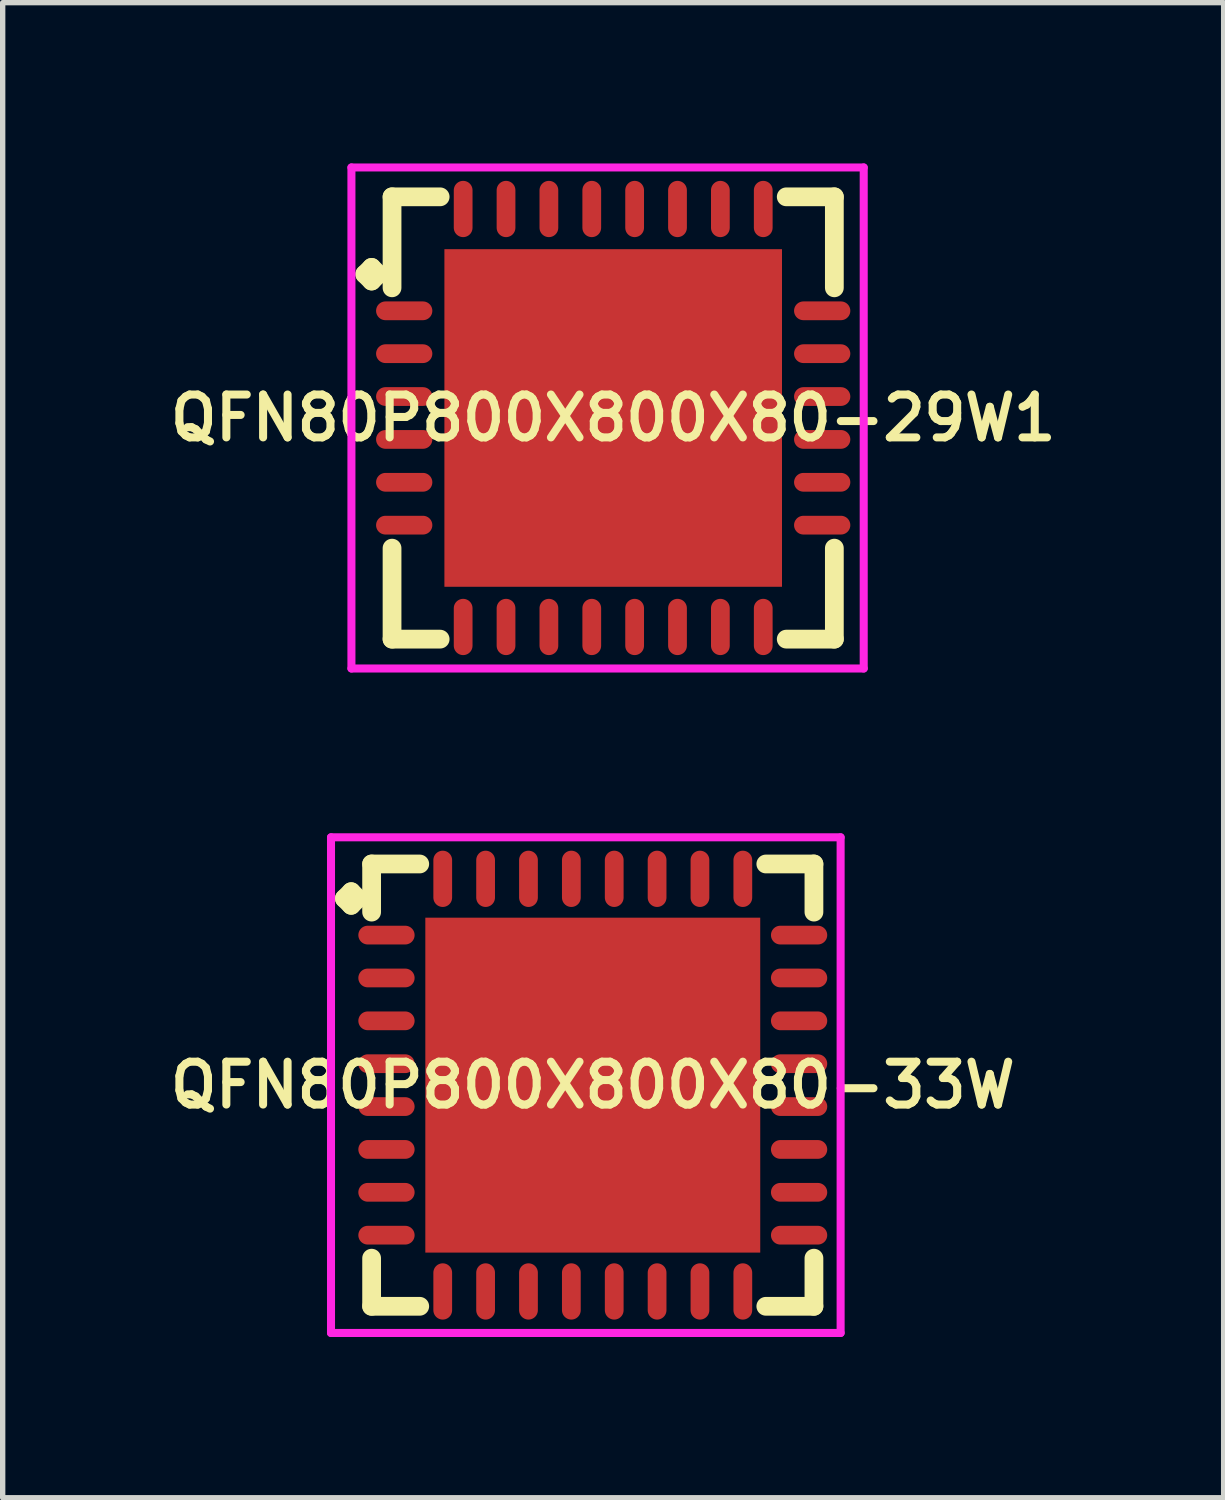
<source format=kicad_pcb>
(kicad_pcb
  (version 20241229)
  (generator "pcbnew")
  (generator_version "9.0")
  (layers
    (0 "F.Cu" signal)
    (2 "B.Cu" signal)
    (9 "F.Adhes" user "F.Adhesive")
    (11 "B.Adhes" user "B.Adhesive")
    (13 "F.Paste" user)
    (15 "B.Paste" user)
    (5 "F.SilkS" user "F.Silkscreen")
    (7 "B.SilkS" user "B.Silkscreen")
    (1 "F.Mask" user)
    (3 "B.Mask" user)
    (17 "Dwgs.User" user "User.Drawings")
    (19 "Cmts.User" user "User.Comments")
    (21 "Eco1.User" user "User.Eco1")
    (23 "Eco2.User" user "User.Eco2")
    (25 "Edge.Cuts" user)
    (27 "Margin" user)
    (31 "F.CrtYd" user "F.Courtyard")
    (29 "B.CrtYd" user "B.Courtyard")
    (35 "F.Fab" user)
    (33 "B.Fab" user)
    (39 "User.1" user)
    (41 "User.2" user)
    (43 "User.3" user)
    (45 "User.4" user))
  (footprint "QFN80P800X800X80-29W1"
    (layer "F.Cu")
    (at 8.393 4.75)
    (property "Reference" "QFN80P800X800X80-29W1" (at 0 0 0) (layer "F.SilkS") (effects (font (size 0.8 0.8) (thickness 0.15))))
    (attr smd)
    (fp_line (start -4.635 -2.683) (end -4.508 -2.81) (stroke (width 0.35) (type solid)) (layer "F.SilkS"))
    (fp_line (start -4.508 -2.81) (end -4.381 -2.683) (stroke (width 0.35) (type solid)) (layer "F.SilkS"))
    (fp_line (start -4.508 -2.556) (end -4.635 -2.683) (stroke (width 0.35) (type solid)) (layer "F.SilkS"))
    (fp_line (start -4.381 -2.683) (end -4.508 -2.556) (stroke (width 0.35) (type solid)) (layer "F.SilkS"))
    (fp_line (start -4.127 -4.127) (end -3.229 -4.127) (stroke (width 0.35) (type solid)) (layer "F.SilkS"))
    (fp_line (start -4.127 -2.429) (end -4.127 -4.127) (stroke (width 0.35) (type solid)) (layer "F.SilkS"))
    (fp_line (start -4.127 2.429) (end -4.127 4.127) (stroke (width 0.35) (type solid)) (layer "F.SilkS"))
    (fp_line (start -4.127 4.127) (end -3.229 4.127) (stroke (width 0.35) (type solid)) (layer "F.SilkS"))
    (fp_line (start 3.229 -4.127) (end 4.127 -4.127) (stroke (width 0.35) (type solid)) (layer "F.SilkS"))
    (fp_line (start 3.229 4.127) (end 4.127 4.127) (stroke (width 0.35) (type solid)) (layer "F.SilkS"))
    (fp_line (start 4.127 -4.127) (end 4.127 -2.429) (stroke (width 0.35) (type solid)) (layer "F.SilkS"))
    (fp_line (start 4.127 4.127) (end 4.127 2.429) (stroke (width 0.35) (type solid)) (layer "F.SilkS"))
    (fp_line (start -4.885 -4.675) (end 4.675 -4.675) (stroke (width 0.15) (type solid)) (layer "F.CrtYd"))
    (fp_line (start -4.885 4.675) (end -4.885 -4.675) (stroke (width 0.15) (type solid)) (layer "F.CrtYd"))
    (fp_line (start 4.675 -4.675) (end 4.675 4.675) (stroke (width 0.15) (type solid)) (layer "F.CrtYd"))
    (fp_line (start 4.675 4.675) (end -4.885 4.675) (stroke (width 0.15) (type solid)) (layer "F.CrtYd"))
    (pad "1" smd oval (at -3.9 -2) (size 1.05 0.35) (layers "F.Cu" "F.Mask" "F.Paste"))
    (pad "2" smd oval (at -3.9 -1.2) (size 1.05 0.35) (layers "F.Cu" "F.Mask" "F.Paste"))
    (pad "3" smd oval (at -3.9 -0.4) (size 1.05 0.35) (layers "F.Cu" "F.Mask" "F.Paste"))
    (pad "4" smd oval (at -3.9 0.4) (size 1.05 0.35) (layers "F.Cu" "F.Mask" "F.Paste"))
    (pad "5" smd oval (at -3.9 1.2) (size 1.05 0.35) (layers "F.Cu" "F.Mask" "F.Paste"))
    (pad "6" smd oval (at -3.9 2) (size 1.05 0.35) (layers "F.Cu" "F.Mask" "F.Paste"))
    (pad "7" smd oval (at -2.8 3.9) (size 0.35 1.05) (layers "F.Cu" "F.Mask" "F.Paste"))
    (pad "8" smd oval (at -2 3.9) (size 0.35 1.05) (layers "F.Cu" "F.Mask" "F.Paste"))
    (pad "9" smd oval (at -1.2 3.9) (size 0.35 1.05) (layers "F.Cu" "F.Mask" "F.Paste"))
    (pad "10" smd oval (at -0.4 3.9) (size 0.35 1.05) (layers "F.Cu" "F.Mask" "F.Paste"))
    (pad "11" smd oval (at 0.4 3.9) (size 0.35 1.05) (layers "F.Cu" "F.Mask" "F.Paste"))
    (pad "12" smd oval (at 1.2 3.9) (size 0.35 1.05) (layers "F.Cu" "F.Mask" "F.Paste"))
    (pad "13" smd oval (at 2 3.9) (size 0.35 1.05) (layers "F.Cu" "F.Mask" "F.Paste"))
    (pad "14" smd oval (at 2.8 3.9) (size 0.35 1.05) (layers "F.Cu" "F.Mask" "F.Paste"))
    (pad "15" smd oval (at 3.9 2) (size 1.05 0.35) (layers "F.Cu" "F.Mask" "F.Paste"))
    (pad "16" smd oval (at 3.9 1.2) (size 1.05 0.35) (layers "F.Cu" "F.Mask" "F.Paste"))
    (pad "17" smd oval (at 3.9 0.4) (size 1.05 0.35) (layers "F.Cu" "F.Mask" "F.Paste"))
    (pad "18" smd oval (at 3.9 -0.4) (size 1.05 0.35) (layers "F.Cu" "F.Mask" "F.Paste"))
    (pad "19" smd oval (at 3.9 -1.2) (size 1.05 0.35) (layers "F.Cu" "F.Mask" "F.Paste"))
    (pad "20" smd oval (at 3.9 -2) (size 1.05 0.35) (layers "F.Cu" "F.Mask" "F.Paste"))
    (pad "21" smd oval (at 2.8 -3.9) (size 0.35 1.05) (layers "F.Cu" "F.Mask" "F.Paste"))
    (pad "22" smd oval (at 2 -3.9) (size 0.35 1.05) (layers "F.Cu" "F.Mask" "F.Paste"))
    (pad "23" smd oval (at 1.2 -3.9) (size 0.35 1.05) (layers "F.Cu" "F.Mask" "F.Paste"))
    (pad "24" smd oval (at 0.4 -3.9) (size 0.35 1.05) (layers "F.Cu" "F.Mask" "F.Paste"))
    (pad "25" smd oval (at -0.4 -3.9) (size 0.35 1.05) (layers "F.Cu" "F.Mask" "F.Paste"))
    (pad "26" smd oval (at -1.2 -3.9) (size 0.35 1.05) (layers "F.Cu" "F.Mask" "F.Paste"))
    (pad "27" smd oval (at -2 -3.9) (size 0.35 1.05) (layers "F.Cu" "F.Mask" "F.Paste"))
    (pad "28" smd oval (at -2.8 -3.9) (size 0.35 1.05) (layers "F.Cu" "F.Mask" "F.Paste"))
    (pad "29" smd rect (at 0 0) (size 6.3 6.3) (layers "F.Cu" "F.Mask" "F.Paste")))
  (footprint "QFN80P800X800X80-33W"
    (layer "F.Cu")
    (at 8.012 17.2)
    (property "Reference" "QFN80P800X800X80-33W" (at 0 0 0) (layer "F.SilkS") (effects (font (size 0.8 0.8) (thickness 0.15))))
    (attr smd)
    (fp_line (start -4.635 -3.483) (end -4.508 -3.61) (stroke (width 0.35) (type solid)) (layer "F.SilkS"))
    (fp_line (start -4.508 -3.61) (end -4.381 -3.483) (stroke (width 0.35) (type solid)) (layer "F.SilkS"))
    (fp_line (start -4.508 -3.356) (end -4.635 -3.483) (stroke (width 0.35) (type solid)) (layer "F.SilkS"))
    (fp_line (start -4.381 -3.483) (end -4.508 -3.356) (stroke (width 0.35) (type solid)) (layer "F.SilkS"))
    (fp_line (start -4.127 -4.127) (end -3.229 -4.127) (stroke (width 0.35) (type solid)) (layer "F.SilkS"))
    (fp_line (start -4.127 -3.229) (end -4.127 -4.127) (stroke (width 0.35) (type solid)) (layer "F.SilkS"))
    (fp_line (start -4.127 3.229) (end -4.127 4.127) (stroke (width 0.35) (type solid)) (layer "F.SilkS"))
    (fp_line (start -4.127 4.127) (end -3.229 4.127) (stroke (width 0.35) (type solid)) (layer "F.SilkS"))
    (fp_line (start 3.229 -4.127) (end 4.127 -4.127) (stroke (width 0.35) (type solid)) (layer "F.SilkS"))
    (fp_line (start 3.229 4.127) (end 4.127 4.127) (stroke (width 0.35) (type solid)) (layer "F.SilkS"))
    (fp_line (start 4.127 -4.127) (end 4.127 -3.229) (stroke (width 0.35) (type solid)) (layer "F.SilkS"))
    (fp_line (start 4.127 4.127) (end 4.127 3.229) (stroke (width 0.35) (type solid)) (layer "F.SilkS"))
    (fp_line (start -4.885 -4.625) (end 4.625 -4.625) (stroke (width 0.15) (type solid)) (layer "F.CrtYd"))
    (fp_line (start -4.885 4.625) (end -4.885 -4.625) (stroke (width 0.15) (type solid)) (layer "F.CrtYd"))
    (fp_line (start 4.625 -4.625) (end 4.625 4.625) (stroke (width 0.15) (type solid)) (layer "F.CrtYd"))
    (fp_line (start 4.625 4.625) (end -4.885 4.625) (stroke (width 0.15) (type solid)) (layer "F.CrtYd"))
    (pad "1" smd oval (at -3.85 -2.8) (size 1.05 0.35) (layers "F.Cu" "F.Mask" "F.Paste"))
    (pad "2" smd oval (at -3.85 -2) (size 1.05 0.35) (layers "F.Cu" "F.Mask" "F.Paste"))
    (pad "3" smd oval (at -3.85 -1.2) (size 1.05 0.35) (layers "F.Cu" "F.Mask" "F.Paste"))
    (pad "4" smd oval (at -3.85 -0.4) (size 1.05 0.35) (layers "F.Cu" "F.Mask" "F.Paste"))
    (pad "5" smd oval (at -3.85 0.4) (size 1.05 0.35) (layers "F.Cu" "F.Mask" "F.Paste"))
    (pad "6" smd oval (at -3.85 1.2) (size 1.05 0.35) (layers "F.Cu" "F.Mask" "F.Paste"))
    (pad "7" smd oval (at -3.85 2) (size 1.05 0.35) (layers "F.Cu" "F.Mask" "F.Paste"))
    (pad "8" smd oval (at -3.85 2.8) (size 1.05 0.35) (layers "F.Cu" "F.Mask" "F.Paste"))
    (pad "9" smd oval (at -2.8 3.85) (size 0.35 1.05) (layers "F.Cu" "F.Mask" "F.Paste"))
    (pad "10" smd oval (at -2 3.85) (size 0.35 1.05) (layers "F.Cu" "F.Mask" "F.Paste"))
    (pad "11" smd oval (at -1.2 3.85) (size 0.35 1.05) (layers "F.Cu" "F.Mask" "F.Paste"))
    (pad "12" smd oval (at -0.4 3.85) (size 0.35 1.05) (layers "F.Cu" "F.Mask" "F.Paste"))
    (pad "13" smd oval (at 0.4 3.85) (size 0.35 1.05) (layers "F.Cu" "F.Mask" "F.Paste"))
    (pad "14" smd oval (at 1.2 3.85) (size 0.35 1.05) (layers "F.Cu" "F.Mask" "F.Paste"))
    (pad "15" smd oval (at 2 3.85) (size 0.35 1.05) (layers "F.Cu" "F.Mask" "F.Paste"))
    (pad "16" smd oval (at 2.8 3.85) (size 0.35 1.05) (layers "F.Cu" "F.Mask" "F.Paste"))
    (pad "17" smd oval (at 3.85 2.8) (size 1.05 0.35) (layers "F.Cu" "F.Mask" "F.Paste"))
    (pad "18" smd oval (at 3.85 2) (size 1.05 0.35) (layers "F.Cu" "F.Mask" "F.Paste"))
    (pad "19" smd oval (at 3.85 1.2) (size 1.05 0.35) (layers "F.Cu" "F.Mask" "F.Paste"))
    (pad "20" smd oval (at 3.85 0.4) (size 1.05 0.35) (layers "F.Cu" "F.Mask" "F.Paste"))
    (pad "21" smd oval (at 3.85 -0.4) (size 1.05 0.35) (layers "F.Cu" "F.Mask" "F.Paste"))
    (pad "22" smd oval (at 3.85 -1.2) (size 1.05 0.35) (layers "F.Cu" "F.Mask" "F.Paste"))
    (pad "23" smd oval (at 3.85 -2) (size 1.05 0.35) (layers "F.Cu" "F.Mask" "F.Paste"))
    (pad "24" smd oval (at 3.85 -2.8) (size 1.05 0.35) (layers "F.Cu" "F.Mask" "F.Paste"))
    (pad "25" smd oval (at 2.8 -3.85) (size 0.35 1.05) (layers "F.Cu" "F.Mask" "F.Paste"))
    (pad "26" smd oval (at 2 -3.85) (size 0.35 1.05) (layers "F.Cu" "F.Mask" "F.Paste"))
    (pad "27" smd oval (at 1.2 -3.85) (size 0.35 1.05) (layers "F.Cu" "F.Mask" "F.Paste"))
    (pad "28" smd oval (at 0.4 -3.85) (size 0.35 1.05) (layers "F.Cu" "F.Mask" "F.Paste"))
    (pad "29" smd oval (at -0.4 -3.85) (size 0.35 1.05) (layers "F.Cu" "F.Mask" "F.Paste"))
    (pad "30" smd oval (at -1.2 -3.85) (size 0.35 1.05) (layers "F.Cu" "F.Mask" "F.Paste"))
    (pad "31" smd oval (at -2 -3.85) (size 0.35 1.05) (layers "F.Cu" "F.Mask" "F.Paste"))
    (pad "32" smd oval (at -2.8 -3.85) (size 0.35 1.05) (layers "F.Cu" "F.Mask" "F.Paste"))
    (pad "33" smd rect (at 0 0) (size 6.25 6.25) (layers "F.Cu" "F.Mask" "F.Paste")))
  (gr_rect
    (start -3 -3)
    (end 19.785 24.9)
    (stroke (width 0.1) (type default))
    (fill no)
    (layer "Edge.Cuts")))
</source>
